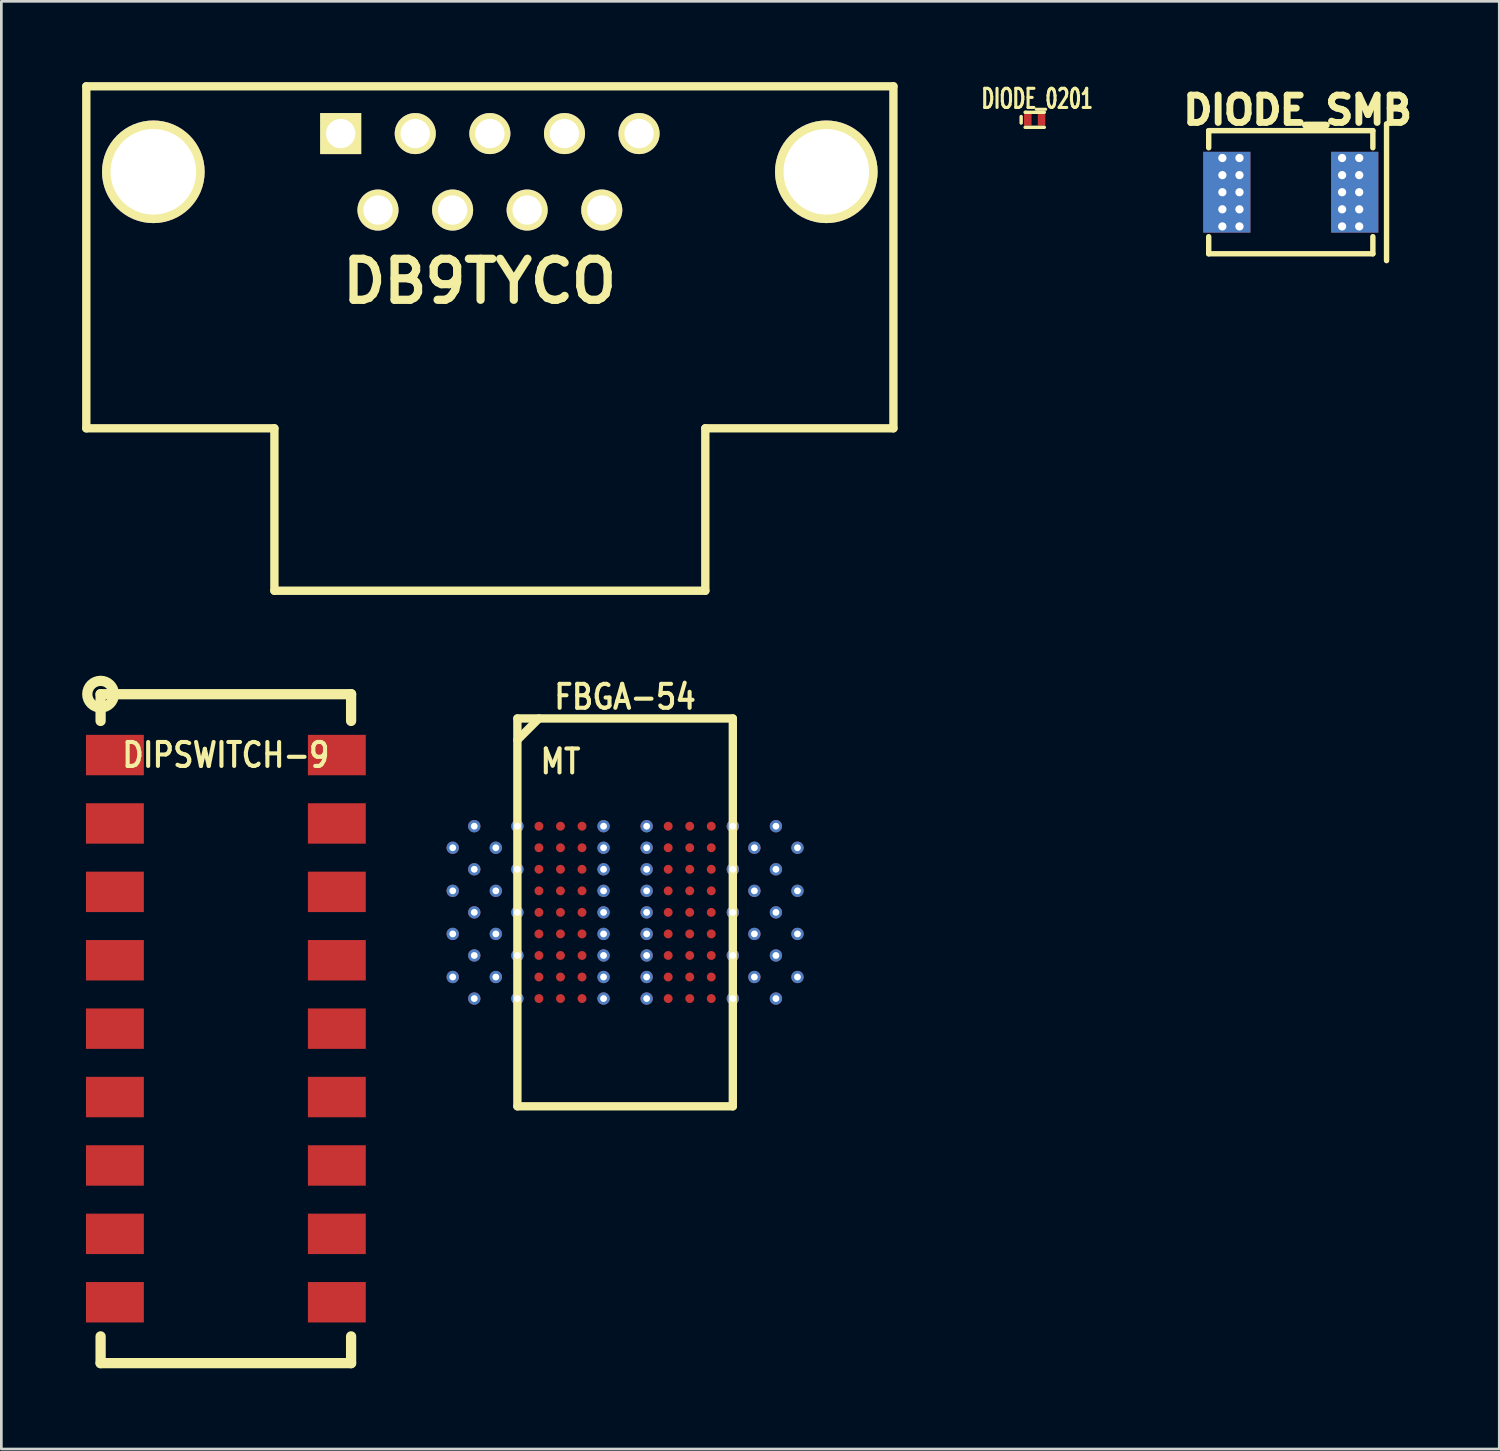
<source format=kicad_pcb>
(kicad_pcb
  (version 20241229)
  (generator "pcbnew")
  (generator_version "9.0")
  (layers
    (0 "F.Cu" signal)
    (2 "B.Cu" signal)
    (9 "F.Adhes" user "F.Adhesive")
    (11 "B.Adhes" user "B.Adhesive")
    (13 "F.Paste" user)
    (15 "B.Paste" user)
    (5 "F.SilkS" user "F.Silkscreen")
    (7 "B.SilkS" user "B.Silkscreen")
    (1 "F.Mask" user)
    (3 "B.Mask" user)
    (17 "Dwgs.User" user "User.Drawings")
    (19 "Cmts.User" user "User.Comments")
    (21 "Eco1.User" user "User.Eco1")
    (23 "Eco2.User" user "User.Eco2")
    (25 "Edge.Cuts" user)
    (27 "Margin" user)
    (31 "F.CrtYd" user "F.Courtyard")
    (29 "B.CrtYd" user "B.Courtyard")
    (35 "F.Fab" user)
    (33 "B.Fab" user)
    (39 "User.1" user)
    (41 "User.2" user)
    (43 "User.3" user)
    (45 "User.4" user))
  (footprint "FBGA-54"
    (layer "F.Cu")
    (at 20.163 30.831)
    (property "Reference" "FBGA-54" (at 0 -8.001 0) (layer "F.SilkS") (effects (font (size 0.889 0.762) (thickness 0.152))))
    (attr smd)
    (fp_line (start -4 -7.201) (end -4 7.201) (stroke (width 0.31) (type solid)) (layer "F.SilkS"))
    (fp_line (start -4 7.201) (end 4 7.201) (stroke (width 0.31) (type solid)) (layer "F.SilkS"))
    (fp_line (start -3.2 -7.201) (end -4 -6.401) (stroke (width 0.31) (type solid)) (layer "F.SilkS"))
    (fp_line (start 4 -7.201) (end -4 -7.201) (stroke (width 0.31) (type solid)) (layer "F.SilkS"))
    (fp_line (start 4 7.201) (end 4 -7.201) (stroke (width 0.31) (type solid)) (layer "F.SilkS"))
    (fp_text user "MT" (at -2.4 -5.601 0) (layer "F.SilkS") (effects (font (size 0.889 0.762) (thickness 0.152))))
    (pad "A1" thru_hole circle (at -4 -3.2) (size 0.457 0.457) (drill 0.254) (layers "*.Cu"))
    (pad "A1" smd circle (at -3.2 -3.2) (size 0.33 0.33) (layers "F.Cu" "F.Mask" "F.Paste"))
    (pad "A2" thru_hole circle (at -5.601 -3.2) (size 0.457 0.457) (drill 0.254) (layers "*.Cu"))
    (pad "A2" smd circle (at -2.4 -3.2) (size 0.33 0.33) (layers "F.Cu" "F.Mask" "F.Paste"))
    (pad "A3" smd circle (at -1.6 -3.2) (size 0.33 0.33) (layers "F.Cu" "F.Mask" "F.Paste"))
    (pad "A3" thru_hole circle (at -0.8 -3.2) (size 0.457 0.457) (drill 0.254) (layers "*.Cu"))
    (pad "A7" thru_hole circle (at 0.8 -3.2) (size 0.457 0.457) (drill 0.254) (layers "*.Cu"))
    (pad "A7" smd circle (at 1.6 -3.2) (size 0.33 0.33) (layers "F.Cu" "F.Mask" "F.Paste"))
    (pad "A8" smd circle (at 2.4 -3.2) (size 0.33 0.33) (layers "F.Cu" "F.Mask" "F.Paste"))
    (pad "A8" thru_hole circle (at 5.601 -3.2) (size 0.457 0.457) (drill 0.254) (layers "*.Cu"))
    (pad "A9" smd circle (at 3.2 -3.2) (size 0.33 0.33) (layers "F.Cu" "F.Mask" "F.Paste"))
    (pad "A9" thru_hole circle (at 4 -3.2) (size 0.457 0.457) (drill 0.254) (layers "*.Cu"))
    (pad "B1" thru_hole circle (at -4.801 -2.4) (size 0.457 0.457) (drill 0.254) (layers "*.Cu"))
    (pad "B1" smd circle (at -3.2 -2.4) (size 0.33 0.33) (layers "F.Cu" "F.Mask" "F.Paste"))
    (pad "B2" thru_hole circle (at -6.401 -2.4) (size 0.457 0.457) (drill 0.254) (layers "*.Cu"))
    (pad "B2" smd circle (at -2.4 -2.4) (size 0.33 0.33) (layers "F.Cu" "F.Mask" "F.Paste"))
    (pad "B3" smd circle (at -1.6 -2.4) (size 0.33 0.33) (layers "F.Cu" "F.Mask" "F.Paste"))
    (pad "B3" thru_hole circle (at -0.8 -2.4) (size 0.457 0.457) (drill 0.254) (layers "*.Cu"))
    (pad "B7" thru_hole circle (at 0.8 -2.4) (size 0.457 0.457) (drill 0.254) (layers "*.Cu"))
    (pad "B7" smd circle (at 1.6 -2.4) (size 0.33 0.33) (layers "F.Cu" "F.Mask" "F.Paste"))
    (pad "B8" smd circle (at 2.4 -2.4) (size 0.33 0.33) (layers "F.Cu" "F.Mask" "F.Paste"))
    (pad "B8" thru_hole circle (at 6.401 -2.4) (size 0.457 0.457) (drill 0.254) (layers "*.Cu"))
    (pad "B9" smd circle (at 3.2 -2.4) (size 0.33 0.33) (layers "F.Cu" "F.Mask" "F.Paste"))
    (pad "B9" thru_hole circle (at 4.801 -2.4) (size 0.457 0.457) (drill 0.254) (layers "*.Cu"))
    (pad "C1" thru_hole circle (at -4 -1.6) (size 0.457 0.457) (drill 0.254) (layers "*.Cu"))
    (pad "C1" smd circle (at -3.2 -1.6) (size 0.33 0.33) (layers "F.Cu" "F.Mask" "F.Paste"))
    (pad "C2" thru_hole circle (at -5.601 -1.6) (size 0.457 0.457) (drill 0.254) (layers "*.Cu"))
    (pad "C2" smd circle (at -2.4 -1.6) (size 0.33 0.33) (layers "F.Cu" "F.Mask" "F.Paste"))
    (pad "C3" smd circle (at -1.6 -1.6) (size 0.33 0.33) (layers "F.Cu" "F.Mask" "F.Paste"))
    (pad "C3" thru_hole circle (at -0.8 -1.6) (size 0.457 0.457) (drill 0.254) (layers "*.Cu"))
    (pad "C7" thru_hole circle (at 0.8 -1.6) (size 0.457 0.457) (drill 0.254) (layers "*.Cu"))
    (pad "C7" smd circle (at 1.6 -1.6) (size 0.33 0.33) (layers "F.Cu" "F.Mask" "F.Paste"))
    (pad "C8" smd circle (at 2.4 -1.6) (size 0.33 0.33) (layers "F.Cu" "F.Mask" "F.Paste"))
    (pad "C8" thru_hole circle (at 5.601 -1.6) (size 0.457 0.457) (drill 0.254) (layers "*.Cu"))
    (pad "C9" smd circle (at 3.2 -1.6) (size 0.33 0.33) (layers "F.Cu" "F.Mask" "F.Paste"))
    (pad "C9" thru_hole circle (at 4 -1.6) (size 0.457 0.457) (drill 0.254) (layers "*.Cu"))
    (pad "D1" thru_hole circle (at -4.801 -0.8) (size 0.457 0.457) (drill 0.254) (layers "*.Cu"))
    (pad "D1" smd circle (at -3.2 -0.8) (size 0.33 0.33) (layers "F.Cu" "F.Mask" "F.Paste"))
    (pad "D2" thru_hole circle (at -6.401 -0.8) (size 0.457 0.457) (drill 0.254) (layers "*.Cu"))
    (pad "D2" smd circle (at -2.4 -0.8) (size 0.33 0.33) (layers "F.Cu" "F.Mask" "F.Paste"))
    (pad "D3" smd circle (at -1.6 -0.8) (size 0.33 0.33) (layers "F.Cu" "F.Mask" "F.Paste"))
    (pad "D3" thru_hole circle (at -0.8 -0.8) (size 0.457 0.457) (drill 0.254) (layers "*.Cu"))
    (pad "D7" thru_hole circle (at 0.8 -0.8) (size 0.457 0.457) (drill 0.254) (layers "*.Cu"))
    (pad "D7" smd circle (at 1.6 -0.8) (size 0.33 0.33) (layers "F.Cu" "F.Mask" "F.Paste"))
    (pad "D8" smd circle (at 2.4 -0.8) (size 0.33 0.33) (layers "F.Cu" "F.Mask" "F.Paste"))
    (pad "D8" thru_hole circle (at 6.401 -0.8) (size 0.457 0.457) (drill 0.254) (layers "*.Cu"))
    (pad "D9" smd circle (at 3.2 -0.8) (size 0.33 0.33) (layers "F.Cu" "F.Mask" "F.Paste"))
    (pad "D9" thru_hole circle (at 4.801 -0.8) (size 0.457 0.457) (drill 0.254) (layers "*.Cu"))
    (pad "E1" thru_hole circle (at -4 0) (size 0.457 0.457) (drill 0.254) (layers "*.Cu"))
    (pad "E1" smd circle (at -3.2 0) (size 0.33 0.33) (layers "F.Cu" "F.Mask" "F.Paste"))
    (pad "E2" thru_hole circle (at -5.601 0) (size 0.457 0.457) (drill 0.254) (layers "*.Cu"))
    (pad "E2" smd circle (at -2.4 0) (size 0.33 0.33) (layers "F.Cu" "F.Mask" "F.Paste"))
    (pad "E3" smd circle (at -1.6 0) (size 0.33 0.33) (layers "F.Cu" "F.Mask" "F.Paste"))
    (pad "E3" thru_hole circle (at -0.8 0) (size 0.457 0.457) (drill 0.254) (layers "*.Cu"))
    (pad "E7" thru_hole circle (at 0.8 0) (size 0.457 0.457) (drill 0.254) (layers "*.Cu"))
    (pad "E7" smd circle (at 1.6 0) (size 0.33 0.33) (layers "F.Cu" "F.Mask" "F.Paste"))
    (pad "E8" smd circle (at 2.4 0) (size 0.33 0.33) (layers "F.Cu" "F.Mask" "F.Paste"))
    (pad "E8" thru_hole circle (at 5.601 0) (size 0.457 0.457) (drill 0.254) (layers "*.Cu"))
    (pad "E9" smd circle (at 3.2 0) (size 0.33 0.33) (layers "F.Cu" "F.Mask" "F.Paste"))
    (pad "E9" thru_hole circle (at 4 0) (size 0.457 0.457) (drill 0.254) (layers "*.Cu"))
    (pad "F1" thru_hole circle (at -4.801 0.8) (size 0.457 0.457) (drill 0.254) (layers "*.Cu"))
    (pad "F1" smd circle (at -3.2 0.8) (size 0.33 0.33) (layers "F.Cu" "F.Mask" "F.Paste"))
    (pad "F2" thru_hole circle (at -6.401 0.8) (size 0.457 0.457) (drill 0.254) (layers "*.Cu"))
    (pad "F2" smd circle (at -2.4 0.8) (size 0.33 0.33) (layers "F.Cu" "F.Mask" "F.Paste"))
    (pad "F3" smd circle (at -1.6 0.8) (size 0.33 0.33) (layers "F.Cu" "F.Mask" "F.Paste"))
    (pad "F3" thru_hole circle (at -0.8 0.8) (size 0.457 0.457) (drill 0.254) (layers "*.Cu"))
    (pad "F7" thru_hole circle (at 0.8 0.8) (size 0.457 0.457) (drill 0.254) (layers "*.Cu"))
    (pad "F7" smd circle (at 1.6 0.8) (size 0.33 0.33) (layers "F.Cu" "F.Mask" "F.Paste"))
    (pad "F8" smd circle (at 2.4 0.8) (size 0.33 0.33) (layers "F.Cu" "F.Mask" "F.Paste"))
    (pad "F8" thru_hole circle (at 6.401 0.8) (size 0.457 0.457) (drill 0.254) (layers "*.Cu"))
    (pad "F9" smd circle (at 3.2 0.8) (size 0.33 0.33) (layers "F.Cu" "F.Mask" "F.Paste"))
    (pad "F9" thru_hole circle (at 4.801 0.8) (size 0.457 0.457) (drill 0.254) (layers "*.Cu"))
    (pad "G1" thru_hole circle (at -4 1.6) (size 0.457 0.457) (drill 0.254) (layers "*.Cu"))
    (pad "G1" smd circle (at -3.2 1.6) (size 0.33 0.33) (layers "F.Cu" "F.Mask" "F.Paste"))
    (pad "G2" thru_hole circle (at -5.601 1.6) (size 0.457 0.457) (drill 0.254) (layers "*.Cu"))
    (pad "G2" smd circle (at -2.4 1.6) (size 0.33 0.33) (layers "F.Cu" "F.Mask" "F.Paste"))
    (pad "G3" smd circle (at -1.6 1.6) (size 0.33 0.33) (layers "F.Cu" "F.Mask" "F.Paste"))
    (pad "G3" thru_hole circle (at -0.8 1.6) (size 0.457 0.457) (drill 0.254) (layers "*.Cu"))
    (pad "G7" thru_hole circle (at 0.8 1.6) (size 0.457 0.457) (drill 0.254) (layers "*.Cu"))
    (pad "G7" smd circle (at 1.6 1.6) (size 0.33 0.33) (layers "F.Cu" "F.Mask" "F.Paste"))
    (pad "G8" smd circle (at 2.4 1.6) (size 0.33 0.33) (layers "F.Cu" "F.Mask" "F.Paste"))
    (pad "G8" thru_hole circle (at 5.601 1.6) (size 0.457 0.457) (drill 0.254) (layers "*.Cu"))
    (pad "G9" smd circle (at 3.2 1.6) (size 0.33 0.33) (layers "F.Cu" "F.Mask" "F.Paste"))
    (pad "G9" thru_hole circle (at 4 1.6) (size 0.457 0.457) (drill 0.254) (layers "*.Cu"))
    (pad "H1" thru_hole circle (at -4.801 2.4) (size 0.457 0.457) (drill 0.254) (layers "*.Cu"))
    (pad "H1" smd circle (at -3.2 2.4) (size 0.33 0.33) (layers "F.Cu" "F.Mask" "F.Paste"))
    (pad "H2" thru_hole circle (at -6.401 2.4) (size 0.457 0.457) (drill 0.254) (layers "*.Cu"))
    (pad "H2" smd circle (at -2.4 2.4) (size 0.33 0.33) (layers "F.Cu" "F.Mask" "F.Paste"))
    (pad "H3" smd circle (at -1.6 2.4) (size 0.33 0.33) (layers "F.Cu" "F.Mask" "F.Paste"))
    (pad "H3" thru_hole circle (at -0.8 2.4) (size 0.457 0.457) (drill 0.254) (layers "*.Cu"))
    (pad "H7" thru_hole circle (at 0.8 2.4) (size 0.457 0.457) (drill 0.254) (layers "*.Cu"))
    (pad "H7" smd circle (at 1.6 2.4) (size 0.33 0.33) (layers "F.Cu" "F.Mask" "F.Paste"))
    (pad "H8" smd circle (at 2.4 2.4) (size 0.33 0.33) (layers "F.Cu" "F.Mask" "F.Paste"))
    (pad "H8" thru_hole circle (at 6.401 2.4) (size 0.457 0.457) (drill 0.254) (layers "*.Cu"))
    (pad "H9" smd circle (at 3.2 2.4) (size 0.33 0.33) (layers "F.Cu" "F.Mask" "F.Paste"))
    (pad "H9" thru_hole circle (at 4.801 2.4) (size 0.457 0.457) (drill 0.254) (layers "*.Cu"))
    (pad "J1" thru_hole circle (at -4 3.2) (size 0.457 0.457) (drill 0.254) (layers "*.Cu"))
    (pad "J1" smd circle (at -3.2 3.2) (size 0.33 0.33) (layers "F.Cu" "F.Mask" "F.Paste"))
    (pad "J2" thru_hole circle (at -5.601 3.2) (size 0.457 0.457) (drill 0.254) (layers "*.Cu"))
    (pad "J2" smd circle (at -2.4 3.2) (size 0.33 0.33) (layers "F.Cu" "F.Mask" "F.Paste"))
    (pad "J3" smd circle (at -1.6 3.2) (size 0.33 0.33) (layers "F.Cu" "F.Mask" "F.Paste"))
    (pad "J3" thru_hole circle (at -0.8 3.2) (size 0.457 0.457) (drill 0.254) (layers "*.Cu"))
    (pad "J7" thru_hole circle (at 0.8 3.2) (size 0.457 0.457) (drill 0.254) (layers "*.Cu"))
    (pad "J7" smd circle (at 1.6 3.2) (size 0.33 0.33) (layers "F.Cu" "F.Mask" "F.Paste"))
    (pad "J8" smd circle (at 2.4 3.2) (size 0.33 0.33) (layers "F.Cu" "F.Mask" "F.Paste"))
    (pad "J8" thru_hole circle (at 5.601 3.2) (size 0.457 0.457) (drill 0.254) (layers "*.Cu"))
    (pad "J9" smd circle (at 3.2 3.2) (size 0.33 0.33) (layers "F.Cu" "F.Mask" "F.Paste"))
    (pad "J9" thru_hole circle (at 4 3.2) (size 0.457 0.457) (drill 0.254) (layers "*.Cu")))
  (footprint "DIODE_SMB"
    (layer "F.Cu")
    (at 44.883 4.088)
    (property "Reference" "DIODE_SMB" (at 0.254 -3.048 0) (layer "F.SilkS") (effects (font (size 1.016 1.016) (thickness 0.305))))
    (attr through_hole)
    (fp_line (start -3.048 -2.286) (end -3.048 -1.651) (stroke (width 0.201) (type solid)) (layer "F.SilkS"))
    (fp_line (start -3.048 1.651) (end -3.048 2.286) (stroke (width 0.201) (type solid)) (layer "F.SilkS"))
    (fp_line (start -3.048 2.286) (end 3.048 2.286) (stroke (width 0.201) (type solid)) (layer "F.SilkS"))
    (fp_line (start 3.048 -2.286) (end -3.048 -2.286) (stroke (width 0.201) (type solid)) (layer "F.SilkS"))
    (fp_line (start 3.048 -1.651) (end 3.048 -2.286) (stroke (width 0.201) (type solid)) (layer "F.SilkS"))
    (fp_line (start 3.048 2.286) (end 3.048 1.651) (stroke (width 0.201) (type solid)) (layer "F.SilkS"))
    (fp_line (start 3.556 -2.54) (end 3.556 2.54) (stroke (width 0.201) (type solid)) (layer "F.SilkS"))
    (pad "A" thru_hole circle (at -2.54 -1.27) (size 0.33 0.33) (drill 0.305) (layers "*.Cu"))
    (pad "A" thru_hole circle (at -2.54 -0.635) (size 0.33 0.33) (drill 0.305) (layers "*.Cu"))
    (pad "A" thru_hole circle (at -2.54 0) (size 0.33 0.33) (drill 0.305) (layers "*.Cu"))
    (pad "A" thru_hole circle (at -2.54 0.635) (size 0.33 0.33) (drill 0.305) (layers "*.Cu"))
    (pad "A" thru_hole circle (at -2.54 1.27) (size 0.33 0.33) (drill 0.305) (layers "*.Cu"))
    (pad "A" smd rect (at -2.375 0) (size 1.75 3) (layers "*.Cu" "F.Mask" "F.Paste"))
    (pad "A" thru_hole circle (at -1.905 -1.27) (size 0.33 0.33) (drill 0.305) (layers "*.Cu"))
    (pad "A" thru_hole circle (at -1.905 -0.635) (size 0.33 0.33) (drill 0.305) (layers "*.Cu"))
    (pad "A" thru_hole circle (at -1.905 0) (size 0.33 0.33) (drill 0.305) (layers "*.Cu"))
    (pad "A" thru_hole circle (at -1.905 0.635) (size 0.33 0.33) (drill 0.305) (layers "*.Cu"))
    (pad "A" thru_hole circle (at -1.905 1.27) (size 0.33 0.33) (drill 0.305) (layers "*.Cu"))
    (pad "C" thru_hole circle (at 1.905 -1.27) (size 0.33 0.33) (drill 0.305) (layers "*.Cu"))
    (pad "C" thru_hole circle (at 1.905 -0.635) (size 0.33 0.33) (drill 0.305) (layers "*.Cu"))
    (pad "C" thru_hole circle (at 1.905 0) (size 0.33 0.33) (drill 0.305) (layers "*.Cu"))
    (pad "C" thru_hole circle (at 1.905 0.635) (size 0.33 0.33) (drill 0.305) (layers "*.Cu"))
    (pad "C" thru_hole circle (at 1.905 1.27) (size 0.33 0.33) (drill 0.305) (layers "*.Cu"))
    (pad "C" smd rect (at 2.375 0) (size 1.75 3) (layers "*.Cu" "F.Mask" "F.Paste"))
    (pad "C" thru_hole circle (at 2.54 -1.27) (size 0.33 0.33) (drill 0.305) (layers "*.Cu"))
    (pad "C" thru_hole circle (at 2.54 -0.635) (size 0.33 0.33) (drill 0.305) (layers "*.Cu"))
    (pad "C" thru_hole circle (at 2.54 0) (size 0.33 0.33) (drill 0.305) (layers "*.Cu"))
    (pad "C" thru_hole circle (at 2.54 0.635) (size 0.33 0.33) (drill 0.305) (layers "*.Cu"))
    (pad "C" thru_hole circle (at 2.54 1.27) (size 0.33 0.33) (drill 0.305) (layers "*.Cu")))
  (footprint "DIPSWITCH-9"
    (layer "F.Cu")
    (at 5.337 35.149)
    (property "Reference" "DIPSWITCH-9" (at 0 -10.16 0) (layer "F.SilkS") (effects (font (size 0.889 0.762) (thickness 0.152))))
    (attr through_hole)
    (fp_line (start -4.651 -12.421) (end -4.651 -11.427) (stroke (width 0.381) (type solid)) (layer "F.SilkS"))
    (fp_line (start -4.651 12.421) (end -4.651 11.427) (stroke (width 0.381) (type solid)) (layer "F.SilkS"))
    (fp_line (start -4.651 12.421) (end 4.651 12.421) (stroke (width 0.381) (type solid)) (layer "F.SilkS"))
    (fp_line (start 4.651 -12.421) (end -4.651 -12.421) (stroke (width 0.381) (type solid)) (layer "F.SilkS"))
    (fp_line (start 4.651 -12.421) (end 4.651 -11.427) (stroke (width 0.381) (type solid)) (layer "F.SilkS"))
    (fp_line (start 4.651 12.421) (end 4.651 11.427) (stroke (width 0.381) (type solid)) (layer "F.SilkS"))
    (fp_circle (center -4.651 -12.421) (end -4.651 -12.916) (stroke (width 0.381) (type solid)) (fill no) (layer "F.SilkS"))
    (pad "1" smd rect (at -4.12 -10.16) (size 2.149 1.501) (layers "F.Cu" "F.Mask" "F.Paste"))
    (pad "2" smd rect (at 4.122 -10.16) (size 2.149 1.501) (layers "F.Cu" "F.Mask" "F.Paste"))
    (pad "3" smd rect (at -4.12 -7.62) (size 2.149 1.501) (layers "F.Cu" "F.Mask" "F.Paste"))
    (pad "4" smd rect (at 4.122 -7.62) (size 2.149 1.501) (layers "F.Cu" "F.Mask" "F.Paste"))
    (pad "5" smd rect (at -4.12 -5.08) (size 2.149 1.501) (layers "F.Cu" "F.Mask" "F.Paste"))
    (pad "6" smd rect (at 4.122 -5.08) (size 2.149 1.501) (layers "F.Cu" "F.Mask" "F.Paste"))
    (pad "7" smd rect (at -4.12 -2.54) (size 2.149 1.501) (layers "F.Cu" "F.Mask" "F.Paste"))
    (pad "8" smd rect (at 4.122 -2.54) (size 2.149 1.501) (layers "F.Cu" "F.Mask" "F.Paste"))
    (pad "9" smd rect (at -4.12 0) (size 2.149 1.501) (layers "F.Cu" "F.Mask" "F.Paste"))
    (pad "10" smd rect (at 4.122 0) (size 2.149 1.501) (layers "F.Cu" "F.Mask" "F.Paste"))
    (pad "11" smd rect (at -4.12 2.54) (size 2.149 1.501) (layers "F.Cu" "F.Mask" "F.Paste"))
    (pad "12" smd rect (at 4.122 2.54) (size 2.149 1.501) (layers "F.Cu" "F.Mask" "F.Paste"))
    (pad "13" smd rect (at -4.12 5.08) (size 2.149 1.501) (layers "F.Cu" "F.Mask" "F.Paste"))
    (pad "14" smd rect (at 4.122 5.08) (size 2.149 1.501) (layers "F.Cu" "F.Mask" "F.Paste"))
    (pad "15" smd rect (at -4.12 7.62) (size 2.149 1.501) (layers "F.Cu" "F.Mask" "F.Paste"))
    (pad "16" smd rect (at 4.122 7.62) (size 2.149 1.501) (layers "F.Cu" "F.Mask" "F.Paste"))
    (pad "17" smd rect (at -4.12 10.16) (size 2.149 1.501) (layers "F.Cu" "F.Mask" "F.Paste"))
    (pad "18" smd rect (at 4.122 10.16) (size 2.149 1.501) (layers "F.Cu" "F.Mask" "F.Paste")))
  (footprint "DIODE_0201"
    (layer "F.Cu")
    (at 35.374 1.399)
    (property "Reference" "DIODE_0201" (at 0.091 -0.782 0) (layer "F.SilkS") (effects (font (size 0.711 0.457) (thickness 0.127))))
    (attr smd)
    (fp_line (start -0.503 -0.12) (end -0.503 0.12) (stroke (width 0.127) (type solid)) (layer "F.SilkS"))
    (fp_line (start -0.33 -0.279) (end -0.356 -0.279) (stroke (width 0.127) (type solid)) (layer "F.SilkS"))
    (fp_line (start 0.356 -0.279) (end -0.33 -0.279) (stroke (width 0.127) (type solid)) (layer "F.SilkS"))
    (fp_line (start 0.356 0.279) (end -0.356 0.279) (stroke (width 0.127) (type solid)) (layer "F.SilkS"))
    (pad "A" smd rect (at 0.254 0) (size 0.279 0.429) (layers "F.Cu" "F.Mask" "F.Paste"))
    (pad "C" smd rect (at -0.257 0) (size 0.279 0.429) (layers "F.Cu" "F.Mask" "F.Paste")))
  (footprint "DB9TYCO"
    (layer "F.Cu")
    (at 15.141 3.33)
    (property "Reference" "DB9TYCO" (at -0.381 4.064 0) (layer "F.SilkS") (effects (font (size 1.524 1.524) (thickness 0.305))))
    (attr through_hole)
    (fp_line (start -14.986 9.525) (end -14.986 -3.175) (stroke (width 0.31) (type solid)) (layer "F.SilkS"))
    (fp_line (start -8.001 9.525) (end -14.986 9.525) (stroke (width 0.31) (type solid)) (layer "F.SilkS"))
    (fp_line (start -8.001 15.557) (end -8.001 9.525) (stroke (width 0.31) (type solid)) (layer "F.SilkS"))
    (fp_line (start 8.001 9.525) (end 8.001 15.557) (stroke (width 0.31) (type solid)) (layer "F.SilkS"))
    (fp_line (start 8.001 15.557) (end -8.001 15.557) (stroke (width 0.31) (type solid)) (layer "F.SilkS"))
    (fp_line (start 14.986 -3.175) (end -14.986 -3.175) (stroke (width 0.31) (type solid)) (layer "F.SilkS"))
    (fp_line (start 14.986 9.525) (end 8.001 9.525) (stroke (width 0.31) (type solid)) (layer "F.SilkS"))
    (fp_line (start 14.986 9.525) (end 14.986 -3.175) (stroke (width 0.31) (type solid)) (layer "F.SilkS"))
    (pad "0" thru_hole circle (at -12.497 0) (size 3.81 3.81) (drill 3.18) (layers "*.Cu" "*.Mask" "F.SilkS"))
    (pad "0" thru_hole circle (at 12.494 0) (size 3.81 3.81) (drill 3.18) (layers "*.Cu" "*.Mask" "F.SilkS"))
    (pad "1" thru_hole rect (at -5.54 -1.42) (size 1.524 1.524) (drill 1.09) (layers "*.Cu" "*.Mask" "F.SilkS"))
    (pad "2" thru_hole circle (at -2.771 -1.42) (size 1.524 1.524) (drill 1.09) (layers "*.Cu" "*.Mask" "F.SilkS"))
    (pad "3" thru_hole circle (at 0 -1.42) (size 1.524 1.524) (drill 1.09) (layers "*.Cu" "*.Mask" "F.SilkS"))
    (pad "4" thru_hole circle (at 2.771 -1.42) (size 1.524 1.524) (drill 1.09) (layers "*.Cu" "*.Mask" "F.SilkS"))
    (pad "5" thru_hole circle (at 5.54 -1.42) (size 1.524 1.524) (drill 1.09) (layers "*.Cu" "*.Mask" "F.SilkS"))
    (pad "6" thru_hole circle (at -4.155 1.42) (size 1.524 1.524) (drill 1.09) (layers "*.Cu" "*.Mask" "F.SilkS"))
    (pad "7" thru_hole circle (at -1.384 1.42) (size 1.524 1.524) (drill 1.09) (layers "*.Cu" "*.Mask" "F.SilkS"))
    (pad "8" thru_hole circle (at 1.384 1.42) (size 1.524 1.524) (drill 1.09) (layers "*.Cu" "*.Mask" "F.SilkS"))
    (pad "9" thru_hole circle (at 4.155 1.42) (size 1.524 1.524) (drill 1.09) (layers "*.Cu" "*.Mask" "F.SilkS")))
  (gr_rect
    (start -3 -3)
    (end 52.625 50.76)
    (stroke (width 0.1) (type default))
    (fill no)
    (layer "Edge.Cuts")))
</source>
